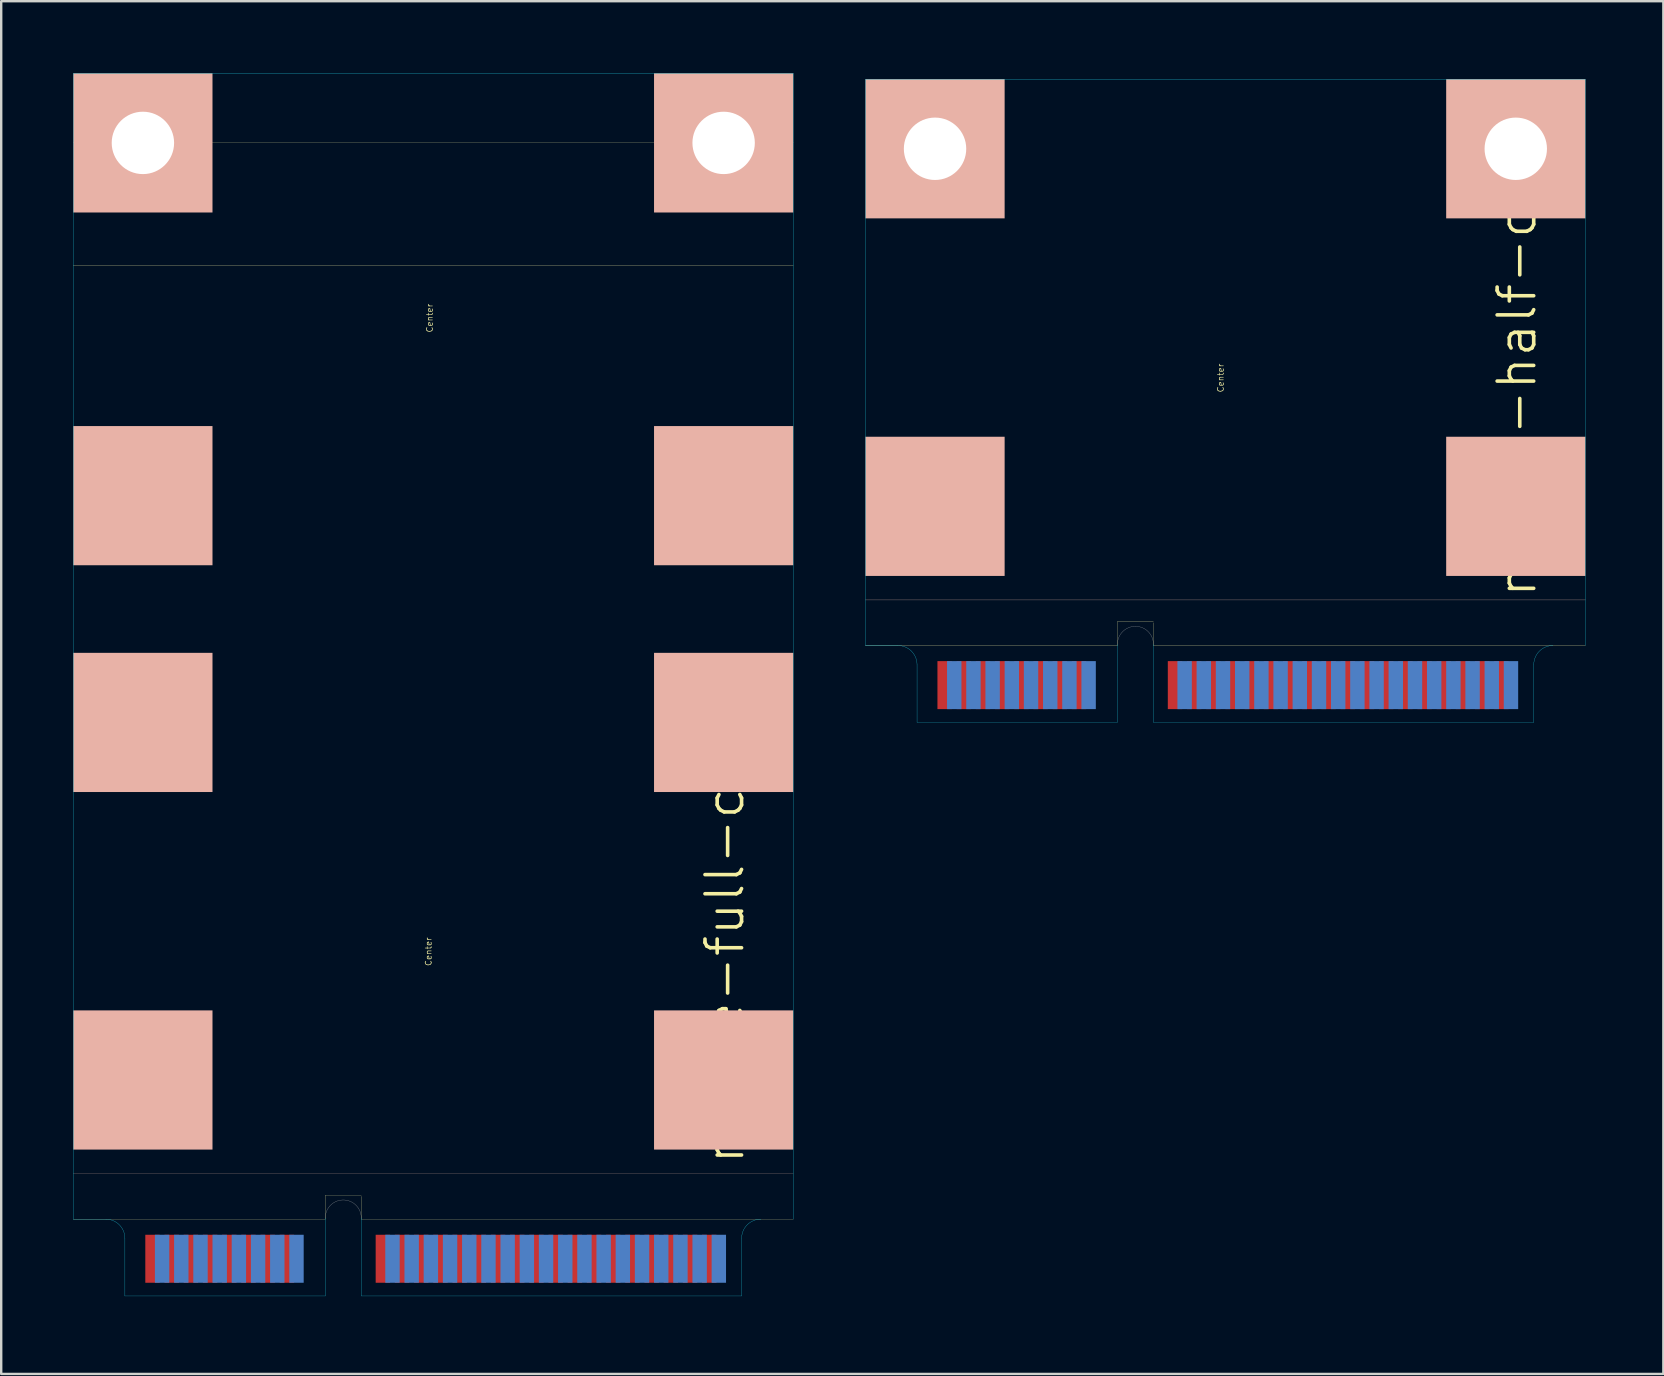
<source format=kicad_pcb>
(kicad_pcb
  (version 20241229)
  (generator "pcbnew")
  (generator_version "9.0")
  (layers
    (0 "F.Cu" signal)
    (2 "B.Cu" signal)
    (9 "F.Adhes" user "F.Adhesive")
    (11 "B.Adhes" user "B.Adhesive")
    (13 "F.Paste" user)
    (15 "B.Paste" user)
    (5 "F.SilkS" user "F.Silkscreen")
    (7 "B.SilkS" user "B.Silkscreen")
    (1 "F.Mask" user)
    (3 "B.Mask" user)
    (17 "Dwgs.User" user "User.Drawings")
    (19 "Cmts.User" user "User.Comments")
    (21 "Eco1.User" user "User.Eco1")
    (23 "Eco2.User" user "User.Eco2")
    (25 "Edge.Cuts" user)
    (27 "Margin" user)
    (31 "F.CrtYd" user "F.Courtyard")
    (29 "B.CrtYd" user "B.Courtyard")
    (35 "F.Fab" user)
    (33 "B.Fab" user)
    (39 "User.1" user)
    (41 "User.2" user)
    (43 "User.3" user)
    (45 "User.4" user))
  (footprint "mpcie-half-card"
    (layer "F.Cu")
    (at 63.015 0.25)
    (property "Reference" "mpcie-half-card" (at -2.85 11.6 90) (layer "F.SilkS") (effects (font (size 1.524 1.524) (thickness 0.15))))
    (attr through_hole)
    (fp_line (start -30 23.6) (end -19.5 23.6) (stroke (width 0.01) (type solid)) (layer "F.SilkS"))
    (fp_line (start -19.5 22.6) (end -18 22.6) (stroke (width 0.01) (type solid)) (layer "F.SilkS"))
    (fp_line (start -19.5 23.6) (end -19.5 22.6) (stroke (width 0.01) (type solid)) (layer "F.SilkS"))
    (fp_line (start -18 22.65) (end -18 23.6) (stroke (width 0.01) (type solid)) (layer "F.SilkS"))
    (fp_line (start -18 23.6) (end 0 23.6) (stroke (width 0.01) (type solid)) (layer "F.SilkS"))
    (fp_line (start -30 21.7) (end 0 21.7) (stroke (width 0.01) (type solid)) (layer "B.SilkS"))
    (fp_line (start -18.75 22.3) (end -18.75 26.65) (stroke (width 0.01) (type solid)) (layer "Eco1.User"))
    (fp_line (start -15 26.8) (end -15 0) (stroke (width 0.01) (type solid)) (layer "Eco1.User"))
    (fp_line (start 0 23.6) (end -1.35 23.6) (stroke (width 0.01) (type solid)) (layer "Eco2.User"))
    (fp_line (start -30 0) (end -30 23.6) (stroke (width 0.01) (type solid)) (layer "B.CrtYd"))
    (fp_line (start -28.65 23.6) (end -30 23.6) (stroke (width 0.01) (type solid)) (layer "B.CrtYd"))
    (fp_line (start -27.85 26.8) (end -27.85 24.4) (stroke (width 0.01) (type solid)) (layer "B.CrtYd"))
    (fp_line (start -19.5 26.8) (end -27.85 26.8) (stroke (width 0.01) (type solid)) (layer "B.CrtYd"))
    (fp_line (start -19.5 26.8) (end -19.5 23.55) (stroke (width 0.01) (type solid)) (layer "B.CrtYd"))
    (fp_line (start -18 26.8) (end -18 23.55) (stroke (width 0.01) (type solid)) (layer "B.CrtYd"))
    (fp_line (start -18 26.8) (end -2.15 26.8) (stroke (width 0.01) (type solid)) (layer "B.CrtYd"))
    (fp_line (start -2.15 26.8) (end -2.15 24.4) (stroke (width 0.01) (type solid)) (layer "B.CrtYd"))
    (fp_line (start 0 0) (end -30 0) (stroke (width 0.01) (type solid)) (layer "B.CrtYd"))
    (fp_line (start 0 23.6) (end 0 0) (stroke (width 0.01) (type solid)) (layer "B.CrtYd"))
    (fp_arc (start -28.65 23.6) (mid -28.084315 23.834315) (end -27.85 24.4) (stroke (width 0.01) (type solid)) (layer "B.CrtYd"))
    (fp_arc (start -2.15 24.4) (mid -1.915685 23.834315) (end -1.35 23.6) (stroke (width 0.01) (type solid)) (layer "B.CrtYd"))
    (fp_arc (start -19.5 23.55) (mid -18.75 22.8) (end -18 23.55) (stroke (width 0.01) (type solid)) (layer "F.Fab"))
    (fp_text user "Center" (at -15.2 12.45 90) (layer "F.SilkS") (effects (font (size 0.25 0.25) (thickness 0.025))))
    (pad "" np_thru_hole circle (at -27.1 2.9) (size 2.6 2.6) (drill 2.6) (layers "*.Cu" "*.Mask" "F.SilkS"))
    (pad "" connect rect (at -27.1 2.9) (size 5.8 5.8) (layers "B.SilkS"))
    (pad "" connect rect (at -27.1 17.8) (size 5.8 5.8) (layers "B.SilkS"))
    (pad "" np_thru_hole circle (at -2.9 2.9) (size 2.6 2.6) (drill 2.6) (layers "*.Cu" "*.Mask" "F.SilkS"))
    (pad "" connect rect (at -2.9 2.9) (size 5.8 5.8) (layers "B.SilkS"))
    (pad "" connect rect (at -2.9 17.8) (size 5.8 5.8) (layers "B.SilkS"))
    (pad "1" smd rect (at -26.7 25.25) (size 0.6 2) (layers "F.Cu" "F.Mask"))
    (pad "2" smd rect (at -26.3 25.25) (size 0.6 2) (layers "B.Cu" "B.Mask"))
    (pad "3" smd rect (at -25.9 25.25) (size 0.6 2) (layers "F.Cu" "F.Mask"))
    (pad "4" smd rect (at -25.5 25.25) (size 0.6 2) (layers "B.Cu" "B.Mask"))
    (pad "5" smd rect (at -25.1 25.25) (size 0.6 2) (layers "F.Cu" "F.Mask"))
    (pad "6" smd rect (at -24.7 25.25) (size 0.6 2) (layers "B.Cu" "B.Mask"))
    (pad "7" smd rect (at -24.3 25.25) (size 0.6 2) (layers "F.Cu" "F.Mask"))
    (pad "8" smd rect (at -23.9 25.25) (size 0.6 2) (layers "B.Cu" "B.Mask"))
    (pad "9" smd rect (at -23.5 25.25) (size 0.6 2) (layers "F.Cu" "F.Mask"))
    (pad "10" smd rect (at -23.1 25.25) (size 0.6 2) (layers "B.Cu" "B.Mask"))
    (pad "11" smd rect (at -22.7 25.25) (size 0.6 2) (layers "F.Cu" "F.Mask"))
    (pad "12" smd rect (at -22.3 25.25) (size 0.6 2) (layers "B.Cu" "B.Mask"))
    (pad "13" smd rect (at -21.9 25.25) (size 0.6 2) (layers "F.Cu" "F.Mask"))
    (pad "14" smd rect (at -21.5 25.25) (size 0.6 2) (layers "B.Cu" "B.Mask"))
    (pad "15" smd rect (at -21.1 25.25) (size 0.6 2) (layers "F.Cu" "F.Mask"))
    (pad "16" smd rect (at -20.7 25.25) (size 0.6 2) (layers "B.Cu" "B.Mask"))
    (pad "17" smd rect (at -17.1 25.25) (size 0.6 2) (layers "F.Cu" "F.Mask"))
    (pad "18" smd rect (at -16.7 25.25) (size 0.6 2) (layers "B.Cu" "B.Mask"))
    (pad "19" smd rect (at -16.3 25.25) (size 0.6 2) (layers "F.Cu" "F.Mask"))
    (pad "20" smd rect (at -15.9 25.25) (size 0.6 2) (layers "B.Cu" "B.Mask"))
    (pad "21" smd rect (at -15.5 25.25) (size 0.6 2) (layers "F.Cu" "F.Mask"))
    (pad "22" smd rect (at -15.1 25.25) (size 0.6 2) (layers "B.Cu" "B.Mask"))
    (pad "23" smd rect (at -14.7 25.25) (size 0.6 2) (layers "F.Cu" "F.Mask"))
    (pad "24" smd rect (at -14.3 25.25) (size 0.6 2) (layers "B.Cu" "B.Mask"))
    (pad "25" smd rect (at -13.9 25.25) (size 0.6 2) (layers "F.Cu" "F.Mask"))
    (pad "26" smd rect (at -13.5 25.25) (size 0.6 2) (layers "B.Cu" "B.Mask"))
    (pad "27" smd rect (at -13.1 25.25) (size 0.6 2) (layers "F.Cu" "F.Mask"))
    (pad "28" smd rect (at -12.7 25.25) (size 0.6 2) (layers "B.Cu" "B.Mask"))
    (pad "29" smd rect (at -12.3 25.25) (size 0.6 2) (layers "F.Cu" "F.Mask"))
    (pad "30" smd rect (at -11.9 25.25) (size 0.6 2) (layers "B.Cu" "B.Mask"))
    (pad "31" smd rect (at -11.5 25.25) (size 0.6 2) (layers "F.Cu" "F.Mask"))
    (pad "32" smd rect (at -11.1 25.25) (size 0.6 2) (layers "B.Cu" "B.Mask"))
    (pad "33" smd rect (at -10.7 25.25) (size 0.6 2) (layers "F.Cu" "F.Mask"))
    (pad "34" smd rect (at -10.3 25.25) (size 0.6 2) (layers "B.Cu" "B.Mask"))
    (pad "35" smd rect (at -9.9 25.25) (size 0.6 2) (layers "F.Cu" "F.Mask"))
    (pad "36" smd rect (at -9.5 25.25) (size 0.6 2) (layers "B.Cu" "B.Mask"))
    (pad "37" smd rect (at -9.1 25.25) (size 0.6 2) (layers "F.Cu" "F.Mask"))
    (pad "38" smd rect (at -8.7 25.25) (size 0.6 2) (layers "B.Cu" "B.Mask"))
    (pad "39" smd rect (at -8.3 25.25) (size 0.6 2) (layers "F.Cu" "F.Mask"))
    (pad "40" smd rect (at -7.9 25.25) (size 0.6 2) (layers "B.Cu" "B.Mask"))
    (pad "41" smd rect (at -7.5 25.25) (size 0.6 2) (layers "F.Cu" "F.Mask"))
    (pad "42" smd rect (at -7.1 25.25) (size 0.6 2) (layers "B.Cu" "B.Mask"))
    (pad "43" smd rect (at -6.7 25.25) (size 0.6 2) (layers "F.Cu" "F.Mask"))
    (pad "44" smd rect (at -6.3 25.25) (size 0.6 2) (layers "B.Cu" "B.Mask"))
    (pad "45" smd rect (at -5.9 25.25) (size 0.6 2) (layers "F.Cu" "F.Mask"))
    (pad "46" smd rect (at -5.5 25.25) (size 0.6 2) (layers "B.Cu" "B.Mask"))
    (pad "47" smd rect (at -5.1 25.25) (size 0.6 2) (layers "F.Cu" "F.Mask"))
    (pad "48" smd rect (at -4.7 25.25) (size 0.6 2) (layers "B.Cu" "B.Mask"))
    (pad "49" smd rect (at -4.3 25.25) (size 0.6 2) (layers "F.Cu" "F.Mask"))
    (pad "50" smd rect (at -3.9 25.25) (size 0.6 2) (layers "B.Cu" "B.Mask"))
    (pad "51" smd rect (at -3.5 25.25) (size 0.6 2) (layers "F.Cu" "F.Mask"))
    (pad "52" smd rect (at -3.1 25.25) (size 0.6 2) (layers "B.Cu" "B.Mask")))
  (footprint "mpcie-full-card"
    (layer "F.Cu")
    (at 15.005 50.955)
    (property "Reference" "mpcie-full-card" (at 12.15 -15.2 90) (layer "F.SilkS") (effects (font (size 1.524 1.524) (thickness 0.15))))
    (attr through_hole)
    (fp_line (start -15 -3.2) (end -4.5 -3.2) (stroke (width 0.01) (type solid)) (layer "F.SilkS"))
    (fp_line (start -4.5 -4.2) (end -3 -4.2) (stroke (width 0.01) (type solid)) (layer "F.SilkS"))
    (fp_line (start -4.5 -3.2) (end -4.5 -4.2) (stroke (width 0.01) (type solid)) (layer "F.SilkS"))
    (fp_line (start -3 -4.15) (end -3 -3.2) (stroke (width 0.01) (type solid)) (layer "F.SilkS"))
    (fp_line (start -3 -3.2) (end 15 -3.2) (stroke (width 0.01) (type solid)) (layer "F.SilkS"))
    (fp_line (start 15 -48.05) (end -15 -48.05) (stroke (width 0.01) (type solid)) (layer "F.SilkS"))
    (fp_line (start 15 -42.95) (end -15 -42.95) (stroke (width 0.01) (type solid)) (layer "F.SilkS"))
    (fp_line (start -15 -5.1) (end 15 -5.1) (stroke (width 0.01) (type solid)) (layer "B.SilkS"))
    (fp_line (start -3.75 -4.5) (end -3.75 -0.15) (stroke (width 0.01) (type solid)) (layer "Eco1.User"))
    (fp_line (start 0 0) (end 0 -50.95) (stroke (width 0.01) (type solid)) (layer "Eco1.User"))
    (fp_line (start 15 -3.2) (end 13.65 -3.2) (stroke (width 0.01) (type solid)) (layer "Eco2.User"))
    (fp_line (start -15 -50.95) (end -15 -3.2) (stroke (width 0.01) (type solid)) (layer "B.CrtYd"))
    (fp_line (start -13.65 -3.2) (end -15 -3.2) (stroke (width 0.01) (type solid)) (layer "B.CrtYd"))
    (fp_line (start -12.85 0) (end -12.85 -2.4) (stroke (width 0.01) (type solid)) (layer "B.CrtYd"))
    (fp_line (start -4.5 0) (end -12.85 0) (stroke (width 0.01) (type solid)) (layer "B.CrtYd"))
    (fp_line (start -4.5 0) (end -4.5 -3.25) (stroke (width 0.01) (type solid)) (layer "B.CrtYd"))
    (fp_line (start -3 0) (end -3 -3.25) (stroke (width 0.01) (type solid)) (layer "B.CrtYd"))
    (fp_line (start -3 0) (end 12.85 0) (stroke (width 0.01) (type solid)) (layer "B.CrtYd"))
    (fp_line (start 12.85 0) (end 12.85 -2.4) (stroke (width 0.01) (type solid)) (layer "B.CrtYd"))
    (fp_line (start 15 -50.95) (end -15 -50.95) (stroke (width 0.01) (type solid)) (layer "B.CrtYd"))
    (fp_line (start 15 -3.2) (end 15 -50.95) (stroke (width 0.01) (type solid)) (layer "B.CrtYd"))
    (fp_arc (start -13.65 -3.2) (mid -13.084315 -2.965685) (end -12.85 -2.4) (stroke (width 0.01) (type solid)) (layer "B.CrtYd"))
    (fp_arc (start 12.85 -2.4) (mid 13.084315 -2.965685) (end 13.65 -3.2) (stroke (width 0.01) (type solid)) (layer "B.CrtYd"))
    (fp_arc (start -4.5 -3.25) (mid -3.75 -4) (end -3 -3.25) (stroke (width 0.01) (type solid)) (layer "F.Fab"))
    (fp_text user "Center" (at -0.2 -14.35 90) (layer "F.SilkS") (effects (font (size 0.25 0.25) (thickness 0.025))))
    (fp_text user "Center" (at -0.15 -40.75 90) (layer "F.SilkS") (effects (font (size 0.25 0.25) (thickness 0.025))))
    (pad "" np_thru_hole circle (at -12.1 -48.05) (size 2.6 2.6) (drill 2.6) (layers "*.Cu" "*.Mask" "F.SilkS"))
    (pad "" connect rect (at -12.1 -48.05) (size 5.8 5.8) (layers "B.SilkS"))
    (pad "" connect rect (at -12.1 -33.35) (size 5.8 5.8) (layers "B.SilkS"))
    (pad "" connect rect (at -12.1 -23.9) (size 5.8 5.8) (layers "B.SilkS"))
    (pad "" connect rect (at -12.1 -9) (size 5.8 5.8) (layers "B.SilkS"))
    (pad "" np_thru_hole circle (at 12.1 -48.05) (size 2.6 2.6) (drill 2.6) (layers "*.Cu" "*.Mask" "F.SilkS"))
    (pad "" connect rect (at 12.1 -48.05) (size 5.8 5.8) (layers "B.SilkS"))
    (pad "" connect rect (at 12.1 -33.35) (size 5.8 5.8) (layers "B.SilkS"))
    (pad "" connect rect (at 12.1 -23.9) (size 5.8 5.8) (layers "B.SilkS"))
    (pad "" connect rect (at 12.1 -9) (size 5.8 5.8) (layers "B.SilkS"))
    (pad "1" smd rect (at -11.7 -1.55) (size 0.6 2) (layers "F.Cu" "F.Mask"))
    (pad "2" smd rect (at -11.3 -1.55) (size 0.6 2) (layers "B.Cu" "B.Mask"))
    (pad "3" smd rect (at -10.9 -1.55) (size 0.6 2) (layers "F.Cu" "F.Mask"))
    (pad "4" smd rect (at -10.5 -1.55) (size 0.6 2) (layers "B.Cu" "B.Mask"))
    (pad "5" smd rect (at -10.1 -1.55) (size 0.6 2) (layers "F.Cu" "F.Mask"))
    (pad "6" smd rect (at -9.7 -1.55) (size 0.6 2) (layers "B.Cu" "B.Mask"))
    (pad "7" smd rect (at -9.3 -1.55) (size 0.6 2) (layers "F.Cu" "F.Mask"))
    (pad "8" smd rect (at -8.9 -1.55) (size 0.6 2) (layers "B.Cu" "B.Mask"))
    (pad "9" smd rect (at -8.5 -1.55) (size 0.6 2) (layers "F.Cu" "F.Mask"))
    (pad "10" smd rect (at -8.1 -1.55) (size 0.6 2) (layers "B.Cu" "B.Mask"))
    (pad "11" smd rect (at -7.7 -1.55) (size 0.6 2) (layers "F.Cu" "F.Mask"))
    (pad "12" smd rect (at -7.3 -1.55) (size 0.6 2) (layers "B.Cu" "B.Mask"))
    (pad "13" smd rect (at -6.9 -1.55) (size 0.6 2) (layers "F.Cu" "F.Mask"))
    (pad "14" smd rect (at -6.5 -1.55) (size 0.6 2) (layers "B.Cu" "B.Mask"))
    (pad "15" smd rect (at -6.1 -1.55) (size 0.6 2) (layers "F.Cu" "F.Mask"))
    (pad "16" smd rect (at -5.7 -1.55) (size 0.6 2) (layers "B.Cu" "B.Mask"))
    (pad "17" smd rect (at -2.1 -1.55) (size 0.6 2) (layers "F.Cu" "F.Mask"))
    (pad "18" smd rect (at -1.7 -1.55) (size 0.6 2) (layers "B.Cu" "B.Mask"))
    (pad "19" smd rect (at -1.3 -1.55) (size 0.6 2) (layers "F.Cu" "F.Mask"))
    (pad "20" smd rect (at -0.9 -1.55) (size 0.6 2) (layers "B.Cu" "B.Mask"))
    (pad "21" smd rect (at -0.5 -1.55) (size 0.6 2) (layers "F.Cu" "F.Mask"))
    (pad "22" smd rect (at -0.1 -1.55) (size 0.6 2) (layers "B.Cu" "B.Mask"))
    (pad "23" smd rect (at 0.3 -1.55) (size 0.6 2) (layers "F.Cu" "F.Mask"))
    (pad "24" smd rect (at 0.7 -1.55) (size 0.6 2) (layers "B.Cu" "B.Mask"))
    (pad "25" smd rect (at 1.1 -1.55) (size 0.6 2) (layers "F.Cu" "F.Mask"))
    (pad "26" smd rect (at 1.5 -1.55) (size 0.6 2) (layers "B.Cu" "B.Mask"))
    (pad "27" smd rect (at 1.9 -1.55) (size 0.6 2) (layers "F.Cu" "F.Mask"))
    (pad "28" smd rect (at 2.3 -1.55) (size 0.6 2) (layers "B.Cu" "B.Mask"))
    (pad "29" smd rect (at 2.7 -1.55) (size 0.6 2) (layers "F.Cu" "F.Mask"))
    (pad "30" smd rect (at 3.1 -1.55) (size 0.6 2) (layers "B.Cu" "B.Mask"))
    (pad "31" smd rect (at 3.5 -1.55) (size 0.6 2) (layers "F.Cu" "F.Mask"))
    (pad "32" smd rect (at 3.9 -1.55) (size 0.6 2) (layers "B.Cu" "B.Mask"))
    (pad "33" smd rect (at 4.3 -1.55) (size 0.6 2) (layers "F.Cu" "F.Mask"))
    (pad "34" smd rect (at 4.7 -1.55) (size 0.6 2) (layers "B.Cu" "B.Mask"))
    (pad "35" smd rect (at 5.1 -1.55) (size 0.6 2) (layers "F.Cu" "F.Mask"))
    (pad "36" smd rect (at 5.5 -1.55) (size 0.6 2) (layers "B.Cu" "B.Mask"))
    (pad "37" smd rect (at 5.9 -1.55) (size 0.6 2) (layers "F.Cu" "F.Mask"))
    (pad "38" smd rect (at 6.3 -1.55) (size 0.6 2) (layers "B.Cu" "B.Mask"))
    (pad "39" smd rect (at 6.7 -1.55) (size 0.6 2) (layers "F.Cu" "F.Mask"))
    (pad "40" smd rect (at 7.1 -1.55) (size 0.6 2) (layers "B.Cu" "B.Mask"))
    (pad "41" smd rect (at 7.5 -1.55) (size 0.6 2) (layers "F.Cu" "F.Mask"))
    (pad "42" smd rect (at 7.9 -1.55) (size 0.6 2) (layers "B.Cu" "B.Mask"))
    (pad "43" smd rect (at 8.3 -1.55) (size 0.6 2) (layers "F.Cu" "F.Mask"))
    (pad "44" smd rect (at 8.7 -1.55) (size 0.6 2) (layers "B.Cu" "B.Mask"))
    (pad "45" smd rect (at 9.1 -1.55) (size 0.6 2) (layers "F.Cu" "F.Mask"))
    (pad "46" smd rect (at 9.5 -1.55) (size 0.6 2) (layers "B.Cu" "B.Mask"))
    (pad "47" smd rect (at 9.9 -1.55) (size 0.6 2) (layers "F.Cu" "F.Mask"))
    (pad "48" smd rect (at 10.3 -1.55) (size 0.6 2) (layers "B.Cu" "B.Mask"))
    (pad "49" smd rect (at 10.7 -1.55) (size 0.6 2) (layers "F.Cu" "F.Mask"))
    (pad "50" smd rect (at 11.1 -1.55) (size 0.6 2) (layers "B.Cu" "B.Mask"))
    (pad "51" smd rect (at 11.5 -1.55) (size 0.6 2) (layers "F.Cu" "F.Mask"))
    (pad "52" smd rect (at 11.9 -1.55) (size 0.6 2) (layers "B.Cu" "B.Mask")))
  (gr_rect
    (start -3 -3)
    (end 66.265 54.205)
    (stroke (width 0.1) (type default))
    (fill no)
    (layer "Edge.Cuts")))
</source>
